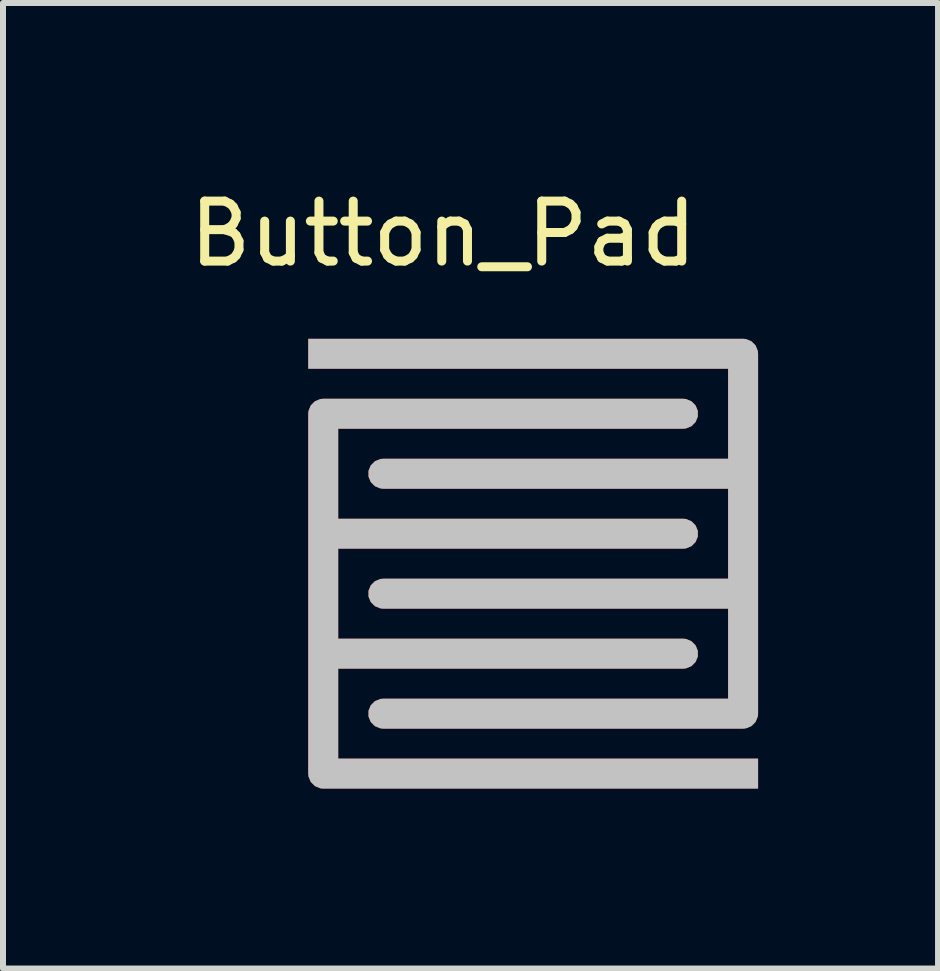
<source format=kicad_pcb>
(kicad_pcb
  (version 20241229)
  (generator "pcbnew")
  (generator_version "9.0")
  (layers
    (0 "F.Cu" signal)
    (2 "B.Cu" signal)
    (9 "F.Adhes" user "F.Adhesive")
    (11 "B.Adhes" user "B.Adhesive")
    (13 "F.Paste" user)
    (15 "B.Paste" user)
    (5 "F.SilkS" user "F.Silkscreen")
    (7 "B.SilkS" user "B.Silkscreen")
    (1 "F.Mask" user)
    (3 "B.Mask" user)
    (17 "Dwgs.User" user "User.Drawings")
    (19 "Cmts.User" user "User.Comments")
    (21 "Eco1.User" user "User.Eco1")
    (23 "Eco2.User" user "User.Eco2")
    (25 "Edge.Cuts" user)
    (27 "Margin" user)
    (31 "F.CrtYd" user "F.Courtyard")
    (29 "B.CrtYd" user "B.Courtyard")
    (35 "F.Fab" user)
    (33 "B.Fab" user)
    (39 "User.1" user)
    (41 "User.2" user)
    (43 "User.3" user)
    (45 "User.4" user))
  (footprint "Button_Pad"
    (layer "F.Cu")
    (at 6.339 5.848)
    (property "Reference" "Button_Pad" (at -2 -5 0) (layer "F.SilkS") (effects (font (size 1 1) (thickness 0.15))))
    (attr smd)
    (fp_poly (pts (xy 3.2 3.7) (xy 2.65 3.7) (xy 2.65 4.2) (xy -4.2 4.2) (xy -4.2 -2.7) (xy -3.6 -2.7) (xy -3.6 -3.2) (xy 3.2 -3.2)) (stroke (width 0.1) (type solid)) (fill yes) (layer "F.Mask"))
    (pad "1" smd custom (at -4 -3) (size 0.5 0.5) (layers "F.Cu" "F.Mask" "Dwgs.User") (options (anchor rect)) (primitives (gr_line (start 7 2) (end 1 2) (width 0.5)) (gr_line (start 7 2) (end 7 4) (width 0.5)) (gr_line (start 7 4) (end 1 4) (width 0.5)) (gr_line (start 7 6) (end 7 4) (width 0.5)) (gr_line (start 7 0) (end 7 2) (width 0.5)) (gr_line (start 0.25 0) (end 7 0) (width 0.5)) (gr_line (start 7 6) (end 1 6) (width 0.5))))
    (pad "2" smd custom (at 3 4) (size 0.5 0.5) (layers "F.Cu" "F.Mask" "Dwgs.User") (options (anchor rect)) (primitives (gr_line (start -1 -6) (end -7 -6) (width 0.5)) (gr_line (start -1 -4) (end -7 -4) (width 0.5)) (gr_line (start -1 -2) (end -7 -2) (width 0.5)) (gr_line (start -0.25 0) (end -7 0) (width 0.5)) (gr_line (start -7 0) (end -7 -6) (width 0.5)))))
  (gr_rect
    (start -3 -3)
    (end 12.589 13.098)
    (stroke (width 0.1) (type default))
    (fill no)
    (layer "Edge.Cuts")))
</source>
